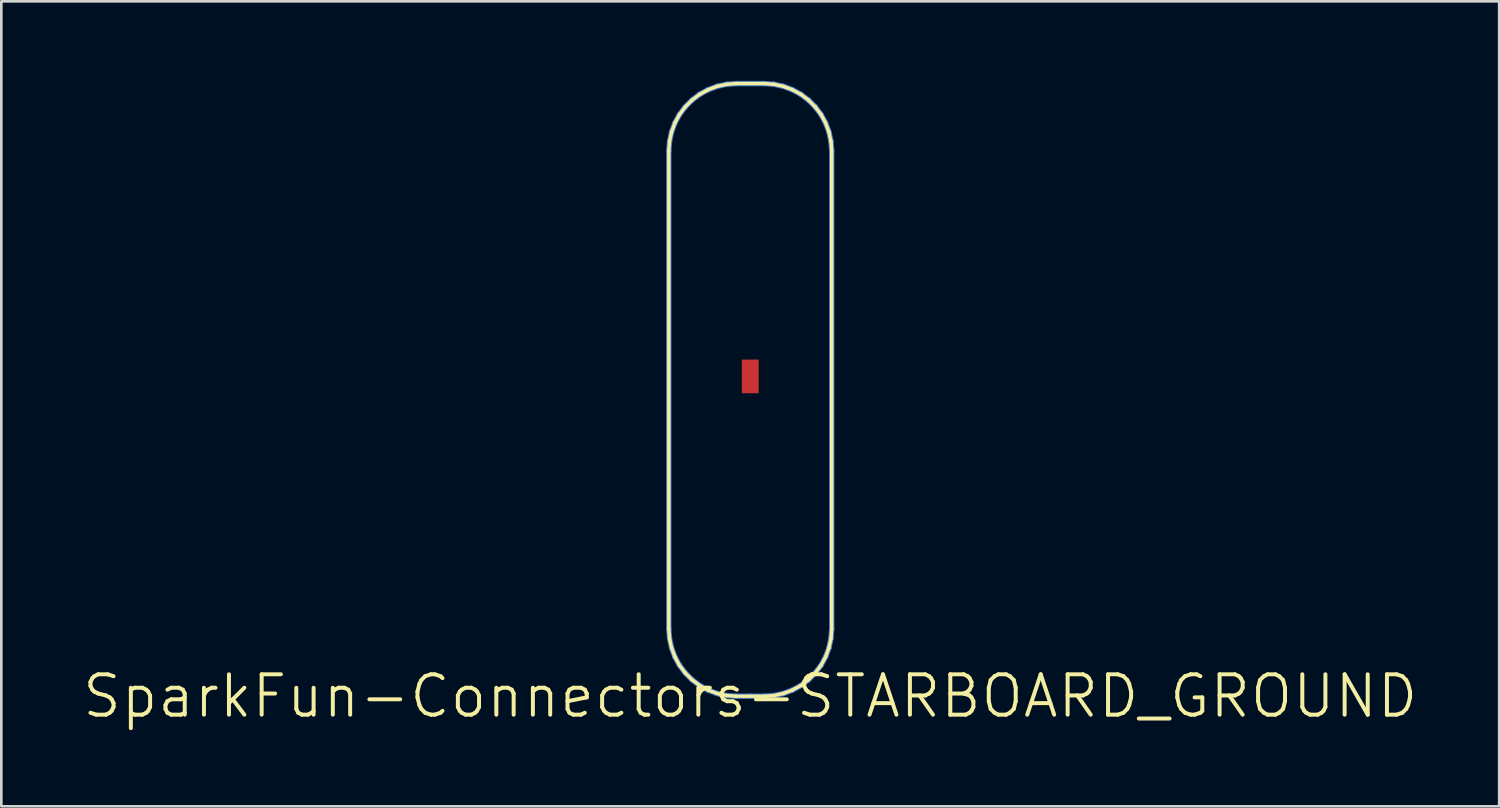
<source format=kicad_pcb>
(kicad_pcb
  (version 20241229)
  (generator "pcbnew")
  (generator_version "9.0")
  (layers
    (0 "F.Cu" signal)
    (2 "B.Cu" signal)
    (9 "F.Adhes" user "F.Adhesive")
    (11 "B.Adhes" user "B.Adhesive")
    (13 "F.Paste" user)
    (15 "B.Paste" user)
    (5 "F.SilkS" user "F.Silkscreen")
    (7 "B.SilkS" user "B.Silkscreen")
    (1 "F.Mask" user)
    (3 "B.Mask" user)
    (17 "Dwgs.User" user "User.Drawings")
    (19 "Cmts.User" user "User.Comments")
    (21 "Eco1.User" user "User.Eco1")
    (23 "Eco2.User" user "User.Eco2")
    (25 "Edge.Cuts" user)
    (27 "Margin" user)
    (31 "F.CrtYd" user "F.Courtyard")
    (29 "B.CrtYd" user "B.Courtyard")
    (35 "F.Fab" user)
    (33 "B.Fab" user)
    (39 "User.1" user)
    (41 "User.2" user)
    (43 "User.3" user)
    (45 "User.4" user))
  (footprint "SparkFun-Connectors-STARBOARD_GROUND"
    (layer "F.Cu")
    (at 25.255 23.216)
    (property "Reference" "SparkFun-Connectors-STARBOARD_GROUND" (at 0 0 0) (layer "F.SilkS") (effects (font (size 1.524 1.524) (thickness 0.15))))
    (attr smd)
    (fp_line (start -3.073 -20.574) (end -3.045 -20.935) (stroke (width 0.203) (type solid)) (layer "B.Cu"))
    (fp_line (start -3.073 -2.54) (end -3.073 -20.574) (stroke (width 0.203) (type solid)) (layer "B.Cu"))
    (fp_line (start -3.045 -20.935) (end -2.969 -21.288) (stroke (width 0.203) (type solid)) (layer "B.Cu"))
    (fp_line (start -3.045 -2.177) (end -3.073 -2.54) (stroke (width 0.203) (type solid)) (layer "B.Cu"))
    (fp_line (start -2.969 -21.288) (end -2.842 -21.628) (stroke (width 0.203) (type solid)) (layer "B.Cu"))
    (fp_line (start -2.969 -1.824) (end -3.045 -2.177) (stroke (width 0.203) (type solid)) (layer "B.Cu"))
    (fp_line (start -2.842 -21.628) (end -2.67 -21.946) (stroke (width 0.203) (type solid)) (layer "B.Cu"))
    (fp_line (start -2.842 -1.483) (end -2.969 -1.824) (stroke (width 0.203) (type solid)) (layer "B.Cu"))
    (fp_line (start -2.67 -21.946) (end -2.451 -22.235) (stroke (width 0.203) (type solid)) (layer "B.Cu"))
    (fp_line (start -2.67 -1.166) (end -2.842 -1.483) (stroke (width 0.203) (type solid)) (layer "B.Cu"))
    (fp_line (start -2.451 -22.235) (end -2.195 -22.492) (stroke (width 0.203) (type solid)) (layer "B.Cu"))
    (fp_line (start -2.451 -0.876) (end -2.67 -1.166) (stroke (width 0.203) (type solid)) (layer "B.Cu"))
    (fp_line (start -2.195 -22.492) (end -1.905 -22.71) (stroke (width 0.203) (type solid)) (layer "B.Cu"))
    (fp_line (start -2.195 -0.62) (end -2.451 -0.876) (stroke (width 0.203) (type solid)) (layer "B.Cu"))
    (fp_line (start -1.905 -22.71) (end -1.587 -22.883) (stroke (width 0.203) (type solid)) (layer "B.Cu"))
    (fp_line (start -1.905 -0.401) (end -2.195 -0.62) (stroke (width 0.203) (type solid)) (layer "B.Cu"))
    (fp_line (start -1.587 -22.883) (end -1.247 -23.01) (stroke (width 0.203) (type solid)) (layer "B.Cu"))
    (fp_line (start -1.587 -0.229) (end -1.905 -0.401) (stroke (width 0.203) (type solid)) (layer "B.Cu"))
    (fp_line (start -1.247 -23.01) (end -0.894 -23.086) (stroke (width 0.203) (type solid)) (layer "B.Cu"))
    (fp_line (start -1.247 -0.102) (end -1.587 -0.229) (stroke (width 0.203) (type solid)) (layer "B.Cu"))
    (fp_line (start -0.894 -23.086) (end -0.533 -23.114) (stroke (width 0.203) (type solid)) (layer "B.Cu"))
    (fp_line (start -0.894 -0.025) (end -1.247 -0.102) (stroke (width 0.203) (type solid)) (layer "B.Cu"))
    (fp_line (start -0.533 -23.114) (end 0.533 -23.114) (stroke (width 0.203) (type solid)) (layer "B.Cu"))
    (fp_line (start -0.533 0) (end -0.894 -0.025) (stroke (width 0.203) (type solid)) (layer "B.Cu"))
    (fp_line (start 0 0) (end -0.533 0) (stroke (width 0.203) (type solid)) (layer "B.Cu"))
    (fp_line (start 0.533 -23.114) (end 0.894 -23.086) (stroke (width 0.203) (type solid)) (layer "B.Cu"))
    (fp_line (start 0.533 0) (end 0 0) (stroke (width 0.203) (type solid)) (layer "B.Cu"))
    (fp_line (start 0.894 -23.086) (end 1.247 -23.01) (stroke (width 0.203) (type solid)) (layer "B.Cu"))
    (fp_line (start 0.894 -0.025) (end 0.533 0) (stroke (width 0.203) (type solid)) (layer "B.Cu"))
    (fp_line (start 1.247 -23.01) (end 1.587 -22.883) (stroke (width 0.203) (type solid)) (layer "B.Cu"))
    (fp_line (start 1.247 -0.102) (end 0.894 -0.025) (stroke (width 0.203) (type solid)) (layer "B.Cu"))
    (fp_line (start 1.587 -22.883) (end 1.905 -22.71) (stroke (width 0.203) (type solid)) (layer "B.Cu"))
    (fp_line (start 1.587 -0.229) (end 1.247 -0.102) (stroke (width 0.203) (type solid)) (layer "B.Cu"))
    (fp_line (start 1.905 -22.71) (end 2.195 -22.492) (stroke (width 0.203) (type solid)) (layer "B.Cu"))
    (fp_line (start 1.905 -0.401) (end 1.587 -0.229) (stroke (width 0.203) (type solid)) (layer "B.Cu"))
    (fp_line (start 2.195 -22.492) (end 2.451 -22.235) (stroke (width 0.203) (type solid)) (layer "B.Cu"))
    (fp_line (start 2.195 -0.62) (end 1.905 -0.401) (stroke (width 0.203) (type solid)) (layer "B.Cu"))
    (fp_line (start 2.451 -22.235) (end 2.67 -21.946) (stroke (width 0.203) (type solid)) (layer "B.Cu"))
    (fp_line (start 2.451 -0.876) (end 2.195 -0.62) (stroke (width 0.203) (type solid)) (layer "B.Cu"))
    (fp_line (start 2.67 -21.946) (end 2.842 -21.628) (stroke (width 0.203) (type solid)) (layer "B.Cu"))
    (fp_line (start 2.67 -1.166) (end 2.451 -0.876) (stroke (width 0.203) (type solid)) (layer "B.Cu"))
    (fp_line (start 2.842 -21.628) (end 2.969 -21.288) (stroke (width 0.203) (type solid)) (layer "B.Cu"))
    (fp_line (start 2.842 -1.483) (end 2.67 -1.166) (stroke (width 0.203) (type solid)) (layer "B.Cu"))
    (fp_line (start 2.969 -21.288) (end 3.045 -20.935) (stroke (width 0.203) (type solid)) (layer "B.Cu"))
    (fp_line (start 2.969 -1.824) (end 2.842 -1.483) (stroke (width 0.203) (type solid)) (layer "B.Cu"))
    (fp_line (start 3.045 -20.935) (end 3.073 -20.574) (stroke (width 0.203) (type solid)) (layer "B.Cu"))
    (fp_line (start 3.045 -2.177) (end 2.969 -1.824) (stroke (width 0.203) (type solid)) (layer "B.Cu"))
    (fp_line (start 3.073 -20.574) (end 3.073 -2.54) (stroke (width 0.203) (type solid)) (layer "B.Cu"))
    (fp_line (start 3.073 -2.54) (end 3.045 -2.177) (stroke (width 0.203) (type solid)) (layer "B.Cu"))
    (fp_line (start -3.073 -20.574) (end -3.045 -20.935) (stroke (width 0.127) (type solid)) (layer "F.SilkS"))
    (fp_line (start -3.073 -2.54) (end -3.073 -20.574) (stroke (width 0.127) (type solid)) (layer "F.SilkS"))
    (fp_line (start -3.045 -20.935) (end -2.969 -21.288) (stroke (width 0.127) (type solid)) (layer "F.SilkS"))
    (fp_line (start -3.045 -2.177) (end -3.073 -2.54) (stroke (width 0.127) (type solid)) (layer "F.SilkS"))
    (fp_line (start -2.969 -21.288) (end -2.842 -21.628) (stroke (width 0.127) (type solid)) (layer "F.SilkS"))
    (fp_line (start -2.969 -1.824) (end -3.045 -2.177) (stroke (width 0.127) (type solid)) (layer "F.SilkS"))
    (fp_line (start -2.842 -21.628) (end -2.67 -21.946) (stroke (width 0.127) (type solid)) (layer "F.SilkS"))
    (fp_line (start -2.842 -1.483) (end -2.969 -1.824) (stroke (width 0.127) (type solid)) (layer "F.SilkS"))
    (fp_line (start -2.67 -21.946) (end -2.451 -22.235) (stroke (width 0.127) (type solid)) (layer "F.SilkS"))
    (fp_line (start -2.67 -1.166) (end -2.842 -1.483) (stroke (width 0.127) (type solid)) (layer "F.SilkS"))
    (fp_line (start -2.451 -22.235) (end -2.195 -22.492) (stroke (width 0.127) (type solid)) (layer "F.SilkS"))
    (fp_line (start -2.451 -0.876) (end -2.67 -1.166) (stroke (width 0.127) (type solid)) (layer "F.SilkS"))
    (fp_line (start -2.195 -22.492) (end -1.905 -22.71) (stroke (width 0.127) (type solid)) (layer "F.SilkS"))
    (fp_line (start -2.195 -0.62) (end -2.451 -0.876) (stroke (width 0.127) (type solid)) (layer "F.SilkS"))
    (fp_line (start -1.905 -22.71) (end -1.587 -22.883) (stroke (width 0.127) (type solid)) (layer "F.SilkS"))
    (fp_line (start -1.905 -0.401) (end -2.195 -0.62) (stroke (width 0.127) (type solid)) (layer "F.SilkS"))
    (fp_line (start -1.587 -22.883) (end -1.247 -23.01) (stroke (width 0.127) (type solid)) (layer "F.SilkS"))
    (fp_line (start -1.587 -0.229) (end -1.905 -0.401) (stroke (width 0.127) (type solid)) (layer "F.SilkS"))
    (fp_line (start -1.247 -23.01) (end -0.894 -23.086) (stroke (width 0.127) (type solid)) (layer "F.SilkS"))
    (fp_line (start -1.247 -0.102) (end -1.587 -0.229) (stroke (width 0.127) (type solid)) (layer "F.SilkS"))
    (fp_line (start -0.894 -23.086) (end -0.533 -23.114) (stroke (width 0.127) (type solid)) (layer "F.SilkS"))
    (fp_line (start -0.894 -0.025) (end -1.247 -0.102) (stroke (width 0.127) (type solid)) (layer "F.SilkS"))
    (fp_line (start -0.533 -23.114) (end 0.533 -23.114) (stroke (width 0.127) (type solid)) (layer "F.SilkS"))
    (fp_line (start -0.533 0) (end -0.894 -0.025) (stroke (width 0.127) (type solid)) (layer "F.SilkS"))
    (fp_line (start 0.533 -23.114) (end 0.894 -23.086) (stroke (width 0.127) (type solid)) (layer "F.SilkS"))
    (fp_line (start 0.533 0) (end -0.533 0) (stroke (width 0.127) (type solid)) (layer "F.SilkS"))
    (fp_line (start 0.894 -23.086) (end 1.247 -23.01) (stroke (width 0.127) (type solid)) (layer "F.SilkS"))
    (fp_line (start 0.894 -0.025) (end 0.533 0) (stroke (width 0.127) (type solid)) (layer "F.SilkS"))
    (fp_line (start 1.247 -23.01) (end 1.587 -22.883) (stroke (width 0.127) (type solid)) (layer "F.SilkS"))
    (fp_line (start 1.247 -0.102) (end 0.894 -0.025) (stroke (width 0.127) (type solid)) (layer "F.SilkS"))
    (fp_line (start 1.587 -22.883) (end 1.905 -22.71) (stroke (width 0.127) (type solid)) (layer "F.SilkS"))
    (fp_line (start 1.587 -0.229) (end 1.247 -0.102) (stroke (width 0.127) (type solid)) (layer "F.SilkS"))
    (fp_line (start 1.905 -22.71) (end 2.195 -22.492) (stroke (width 0.127) (type solid)) (layer "F.SilkS"))
    (fp_line (start 1.905 -0.401) (end 1.587 -0.229) (stroke (width 0.127) (type solid)) (layer "F.SilkS"))
    (fp_line (start 2.195 -22.492) (end 2.451 -22.235) (stroke (width 0.127) (type solid)) (layer "F.SilkS"))
    (fp_line (start 2.195 -0.62) (end 1.905 -0.401) (stroke (width 0.127) (type solid)) (layer "F.SilkS"))
    (fp_line (start 2.451 -22.235) (end 2.67 -21.946) (stroke (width 0.127) (type solid)) (layer "F.SilkS"))
    (fp_line (start 2.451 -0.876) (end 2.195 -0.62) (stroke (width 0.127) (type solid)) (layer "F.SilkS"))
    (fp_line (start 2.67 -21.946) (end 2.842 -21.628) (stroke (width 0.127) (type solid)) (layer "F.SilkS"))
    (fp_line (start 2.67 -1.166) (end 2.451 -0.876) (stroke (width 0.127) (type solid)) (layer "F.SilkS"))
    (fp_line (start 2.842 -21.628) (end 2.969 -21.288) (stroke (width 0.127) (type solid)) (layer "F.SilkS"))
    (fp_line (start 2.842 -1.483) (end 2.67 -1.166) (stroke (width 0.127) (type solid)) (layer "F.SilkS"))
    (fp_line (start 2.969 -21.288) (end 3.045 -20.935) (stroke (width 0.127) (type solid)) (layer "F.SilkS"))
    (fp_line (start 2.969 -1.824) (end 2.842 -1.483) (stroke (width 0.127) (type solid)) (layer "F.SilkS"))
    (fp_line (start 3.045 -20.935) (end 3.073 -20.574) (stroke (width 0.127) (type solid)) (layer "F.SilkS"))
    (fp_line (start 3.045 -2.177) (end 2.969 -1.824) (stroke (width 0.127) (type solid)) (layer "F.SilkS"))
    (fp_line (start 3.073 -20.574) (end 3.073 -2.54) (stroke (width 0.127) (type solid)) (layer "F.SilkS"))
    (fp_line (start 3.073 -2.54) (end 3.045 -2.177) (stroke (width 0.127) (type solid)) (layer "F.SilkS"))
    (pad "GROU" smd rect (at 0 -12.065 90) (size 1.27 0.635) (layers "F.Cu" "F.Mask" "F.Paste")))
  (gr_rect
    (start -3 -3)
    (end 53.51 27.37)
    (stroke (width 0.1) (type default))
    (fill no)
    (layer "Edge.Cuts")))
</source>
